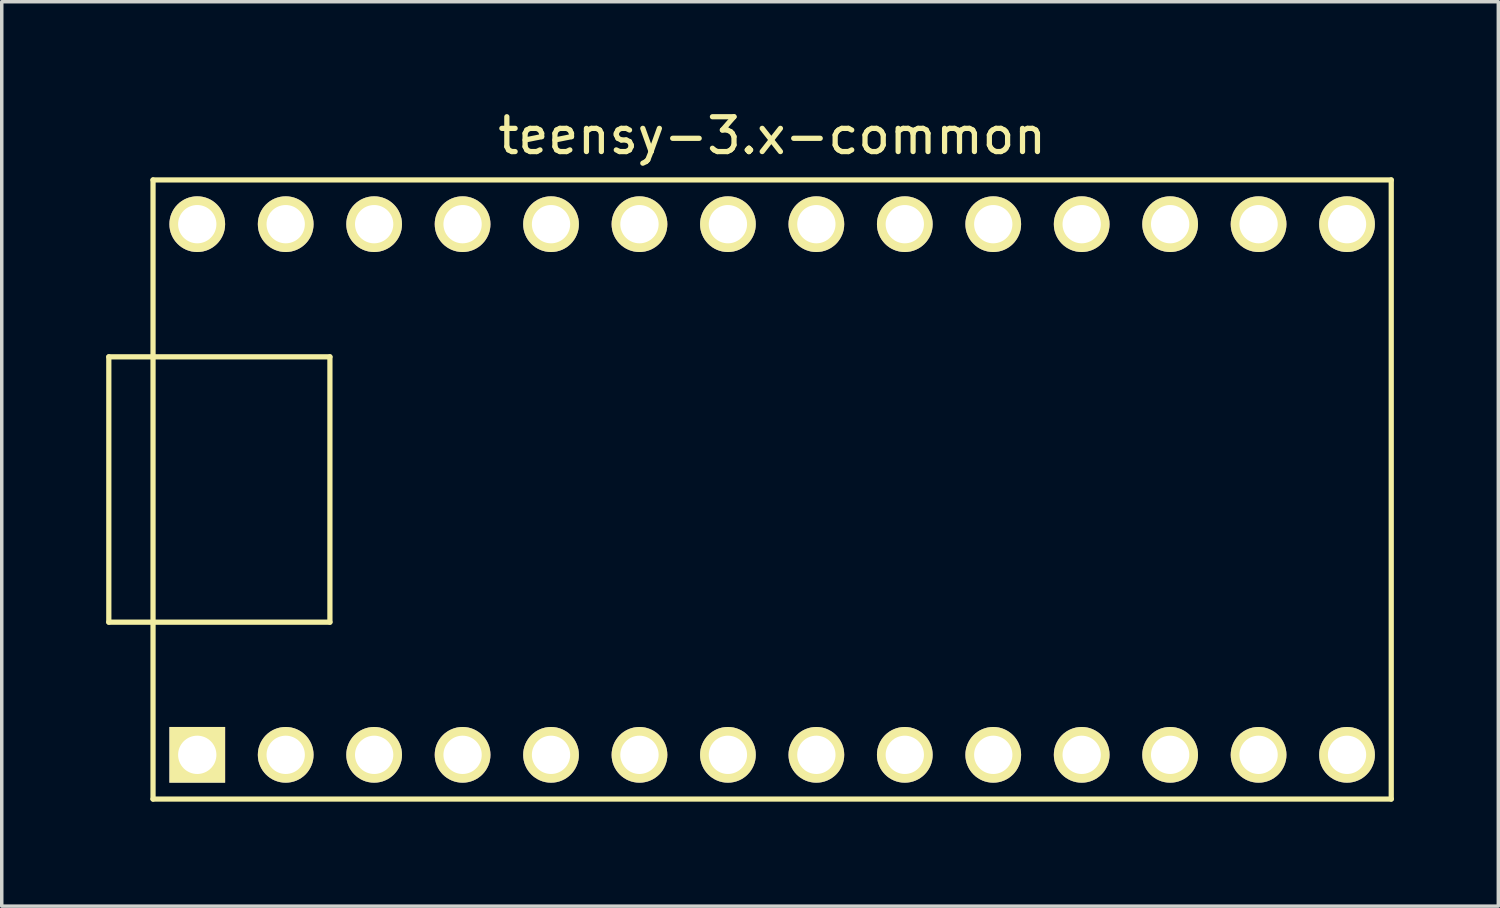
<source format=kicad_pcb>
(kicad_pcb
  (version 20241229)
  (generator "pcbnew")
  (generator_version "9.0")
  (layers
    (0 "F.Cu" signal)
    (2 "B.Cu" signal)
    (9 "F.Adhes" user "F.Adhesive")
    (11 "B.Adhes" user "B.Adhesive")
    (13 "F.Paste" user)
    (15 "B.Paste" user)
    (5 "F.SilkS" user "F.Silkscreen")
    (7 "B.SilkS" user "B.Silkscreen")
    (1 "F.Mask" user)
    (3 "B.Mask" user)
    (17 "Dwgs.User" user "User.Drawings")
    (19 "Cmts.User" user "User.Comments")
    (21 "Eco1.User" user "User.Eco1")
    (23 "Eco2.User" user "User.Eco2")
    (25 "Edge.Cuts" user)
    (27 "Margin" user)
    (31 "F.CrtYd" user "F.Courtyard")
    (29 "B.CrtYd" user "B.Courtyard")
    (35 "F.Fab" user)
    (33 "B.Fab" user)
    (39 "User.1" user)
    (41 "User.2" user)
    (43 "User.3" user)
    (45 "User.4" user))
  (footprint "teensy-3.x-common"
    (layer "F.Cu")
    (at 19.125 11.008)
    (property "Reference" "teensy-3.x-common" (at 0 -10.16 0) (layer "F.SilkS") (effects (font (size 1 1) (thickness 0.15))))
    (attr through_hole)
    (fp_line (start -19.05 -3.81) (end -17.78 -3.81) (stroke (width 0.15) (type solid)) (layer "F.SilkS"))
    (fp_line (start -19.05 3.81) (end -19.05 -3.81) (stroke (width 0.15) (type solid)) (layer "F.SilkS"))
    (fp_line (start -17.78 -8.89) (end 17.78 -8.89) (stroke (width 0.15) (type solid)) (layer "F.SilkS"))
    (fp_line (start -17.78 3.81) (end -19.05 3.81) (stroke (width 0.15) (type solid)) (layer "F.SilkS"))
    (fp_line (start -17.78 8.89) (end -17.78 -8.89) (stroke (width 0.15) (type solid)) (layer "F.SilkS"))
    (fp_line (start -12.7 -3.81) (end -17.78 -3.81) (stroke (width 0.15) (type solid)) (layer "F.SilkS"))
    (fp_line (start -12.7 3.81) (end -17.78 3.81) (stroke (width 0.15) (type solid)) (layer "F.SilkS"))
    (fp_line (start -12.7 3.81) (end -12.7 -3.81) (stroke (width 0.15) (type solid)) (layer "F.SilkS"))
    (fp_line (start 17.78 -8.89) (end 17.78 8.89) (stroke (width 0.15) (type solid)) (layer "F.SilkS"))
    (fp_line (start 17.78 8.89) (end -17.78 8.89) (stroke (width 0.15) (type solid)) (layer "F.SilkS"))
    (pad "1" thru_hole rect (at -16.51 7.62) (size 1.6 1.6) (drill 1.1) (layers "*.Cu" "*.Mask" "F.SilkS"))
    (pad "2" thru_hole circle (at -13.97 7.62) (size 1.6 1.6) (drill 1.1) (layers "*.Cu" "*.Mask" "F.SilkS"))
    (pad "3" thru_hole circle (at -11.43 7.62) (size 1.6 1.6) (drill 1.1) (layers "*.Cu" "*.Mask" "F.SilkS"))
    (pad "4" thru_hole circle (at -8.89 7.62) (size 1.6 1.6) (drill 1.1) (layers "*.Cu" "*.Mask" "F.SilkS"))
    (pad "5" thru_hole circle (at -6.35 7.62) (size 1.6 1.6) (drill 1.1) (layers "*.Cu" "*.Mask" "F.SilkS"))
    (pad "6" thru_hole circle (at -3.81 7.62) (size 1.6 1.6) (drill 1.1) (layers "*.Cu" "*.Mask" "F.SilkS"))
    (pad "7" thru_hole circle (at -1.27 7.62) (size 1.6 1.6) (drill 1.1) (layers "*.Cu" "*.Mask" "F.SilkS"))
    (pad "8" thru_hole circle (at 1.27 7.62) (size 1.6 1.6) (drill 1.1) (layers "*.Cu" "*.Mask" "F.SilkS"))
    (pad "9" thru_hole circle (at 3.81 7.62) (size 1.6 1.6) (drill 1.1) (layers "*.Cu" "*.Mask" "F.SilkS"))
    (pad "10" thru_hole circle (at 6.35 7.62) (size 1.6 1.6) (drill 1.1) (layers "*.Cu" "*.Mask" "F.SilkS"))
    (pad "11" thru_hole circle (at 8.89 7.62) (size 1.6 1.6) (drill 1.1) (layers "*.Cu" "*.Mask" "F.SilkS"))
    (pad "12" thru_hole circle (at 11.43 7.62) (size 1.6 1.6) (drill 1.1) (layers "*.Cu" "*.Mask" "F.SilkS"))
    (pad "13" thru_hole circle (at 13.97 7.62) (size 1.6 1.6) (drill 1.1) (layers "*.Cu" "*.Mask" "F.SilkS"))
    (pad "14" thru_hole circle (at 16.51 7.62) (size 1.6 1.6) (drill 1.1) (layers "*.Cu" "*.Mask" "F.SilkS"))
    (pad "20" thru_hole circle (at 16.51 -7.62) (size 1.6 1.6) (drill 1.1) (layers "*.Cu" "*.Mask" "F.SilkS"))
    (pad "21" thru_hole circle (at 13.97 -7.62) (size 1.6 1.6) (drill 1.1) (layers "*.Cu" "*.Mask" "F.SilkS"))
    (pad "22" thru_hole circle (at 11.43 -7.62) (size 1.6 1.6) (drill 1.1) (layers "*.Cu" "*.Mask" "F.SilkS"))
    (pad "23" thru_hole circle (at 8.89 -7.62) (size 1.6 1.6) (drill 1.1) (layers "*.Cu" "*.Mask" "F.SilkS"))
    (pad "24" thru_hole circle (at 6.35 -7.62) (size 1.6 1.6) (drill 1.1) (layers "*.Cu" "*.Mask" "F.SilkS"))
    (pad "25" thru_hole circle (at 3.81 -7.62) (size 1.6 1.6) (drill 1.1) (layers "*.Cu" "*.Mask" "F.SilkS"))
    (pad "26" thru_hole circle (at 1.27 -7.62) (size 1.6 1.6) (drill 1.1) (layers "*.Cu" "*.Mask" "F.SilkS"))
    (pad "27" thru_hole circle (at -1.27 -7.62) (size 1.6 1.6) (drill 1.1) (layers "*.Cu" "*.Mask" "F.SilkS"))
    (pad "28" thru_hole circle (at -3.81 -7.62) (size 1.6 1.6) (drill 1.1) (layers "*.Cu" "*.Mask" "F.SilkS"))
    (pad "29" thru_hole circle (at -6.35 -7.62) (size 1.6 1.6) (drill 1.1) (layers "*.Cu" "*.Mask" "F.SilkS"))
    (pad "30" thru_hole circle (at -8.89 -7.62) (size 1.6 1.6) (drill 1.1) (layers "*.Cu" "*.Mask" "F.SilkS"))
    (pad "31" thru_hole circle (at -11.43 -7.62) (size 1.6 1.6) (drill 1.1) (layers "*.Cu" "*.Mask" "F.SilkS"))
    (pad "32" thru_hole circle (at -13.97 -7.62) (size 1.6 1.6) (drill 1.1) (layers "*.Cu" "*.Mask" "F.SilkS"))
    (pad "33" thru_hole circle (at -16.51 -7.62) (size 1.6 1.6) (drill 1.1) (layers "*.Cu" "*.Mask" "F.SilkS")))
  (gr_rect
    (start -3 -3)
    (end 39.98 22.973)
    (stroke (width 0.1) (type default))
    (fill no)
    (layer "Edge.Cuts")))
</source>
